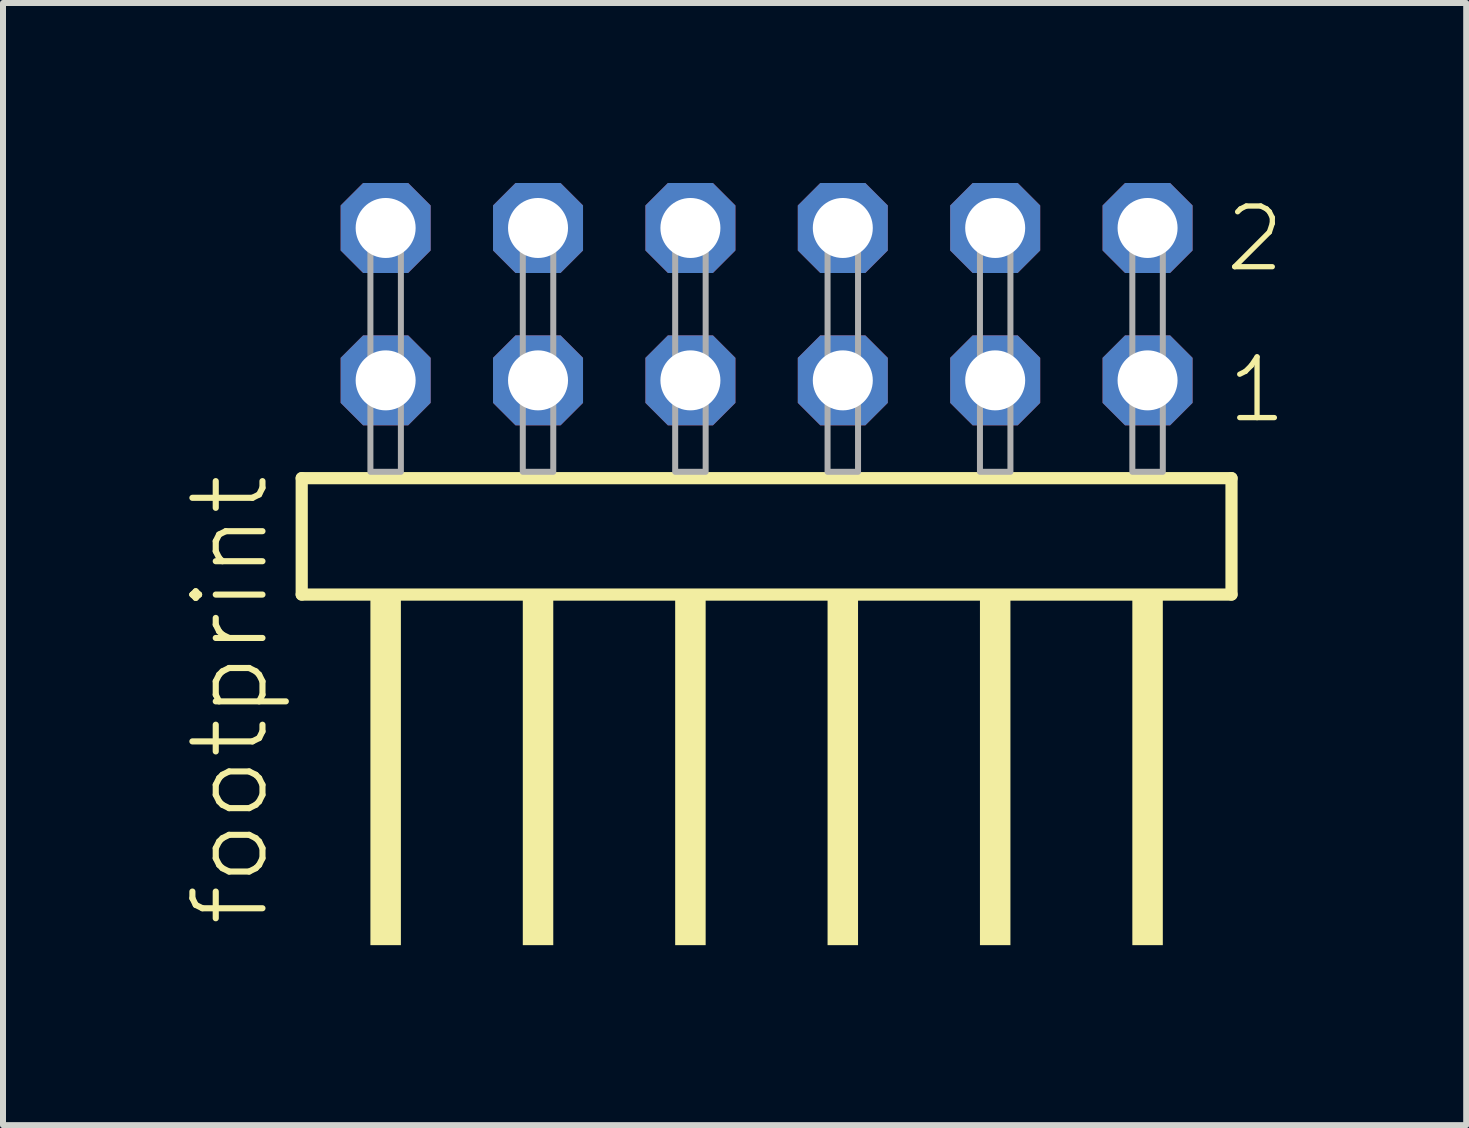
<source format=kicad_pcb>
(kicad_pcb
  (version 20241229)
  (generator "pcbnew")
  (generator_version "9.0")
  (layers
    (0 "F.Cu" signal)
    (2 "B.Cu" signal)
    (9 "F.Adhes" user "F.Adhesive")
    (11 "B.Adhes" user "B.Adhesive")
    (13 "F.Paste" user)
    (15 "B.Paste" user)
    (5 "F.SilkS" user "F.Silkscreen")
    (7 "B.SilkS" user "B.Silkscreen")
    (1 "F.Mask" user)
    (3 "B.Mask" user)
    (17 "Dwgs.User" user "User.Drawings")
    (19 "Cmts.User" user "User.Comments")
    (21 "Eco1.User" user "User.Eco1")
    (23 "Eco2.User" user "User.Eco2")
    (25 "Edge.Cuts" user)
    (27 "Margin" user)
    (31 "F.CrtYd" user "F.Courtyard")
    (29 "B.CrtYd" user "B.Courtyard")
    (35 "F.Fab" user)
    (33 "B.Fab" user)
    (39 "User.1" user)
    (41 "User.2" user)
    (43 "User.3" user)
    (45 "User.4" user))
  (footprint "footprint"
    (layer "F.Cu")
    (at 9.728 4.814)
    (property "Reference" "footprint" (at -8.255 7.62 90) (layer "F.SilkS") (effects (font (size 1.168 1.168) (thickness 0.102)) (justify left bottom)))
    (fp_line (start -7.749 0.106) (end -7.749 2.046) (stroke (width 0.203) (type solid)) (layer "F.SilkS"))
    (fp_line (start -7.749 2.046) (end 7.749 2.046) (stroke (width 0.203) (type solid)) (layer "F.SilkS"))
    (fp_line (start 7.749 0.106) (end -7.749 0.106) (stroke (width 0.203) (type solid)) (layer "F.SilkS"))
    (fp_line (start 7.749 2.046) (end 7.749 0.106) (stroke (width 0.203) (type solid)) (layer "F.SilkS"))
    (fp_poly (pts (xy -6.604 7.89) (xy -6.096 7.89) (xy -6.096 2.04) (xy -6.604 2.04)) (stroke (width 0) (type solid)) (fill yes) (layer "F.SilkS"))
    (fp_poly (pts (xy -4.064 7.89) (xy -3.556 7.89) (xy -3.556 2.04) (xy -4.064 2.04)) (stroke (width 0) (type solid)) (fill yes) (layer "F.SilkS"))
    (fp_poly (pts (xy -1.524 7.89) (xy -1.016 7.89) (xy -1.016 2.04) (xy -1.524 2.04)) (stroke (width 0) (type solid)) (fill yes) (layer "F.SilkS"))
    (fp_poly (pts (xy 1.016 7.89) (xy 1.524 7.89) (xy 1.524 2.04) (xy 1.016 2.04)) (stroke (width 0) (type solid)) (fill yes) (layer "F.SilkS"))
    (fp_poly (pts (xy 3.556 7.89) (xy 4.064 7.89) (xy 4.064 2.04) (xy 3.556 2.04)) (stroke (width 0) (type solid)) (fill yes) (layer "F.SilkS"))
    (fp_poly (pts (xy 6.096 7.89) (xy 6.604 7.89) (xy 6.604 2.04) (xy 6.096 2.04)) (stroke (width 0) (type solid)) (fill yes) (layer "F.SilkS"))
    (fp_poly (pts (xy -6.604 0) (xy -6.096 0) (xy -6.096 -4.318) (xy -6.604 -4.318)) (stroke (width 0.1) (type solid)) (fill no) (layer "F.Fab"))
    (fp_poly (pts (xy -4.064 0) (xy -3.556 0) (xy -3.556 -4.318) (xy -4.064 -4.318)) (stroke (width 0.1) (type solid)) (fill no) (layer "F.Fab"))
    (fp_poly (pts (xy -1.524 0) (xy -1.016 0) (xy -1.016 -4.318) (xy -1.524 -4.318)) (stroke (width 0.1) (type solid)) (fill no) (layer "F.Fab"))
    (fp_poly (pts (xy 1.016 0) (xy 1.524 0) (xy 1.524 -4.318) (xy 1.016 -4.318)) (stroke (width 0.1) (type solid)) (fill no) (layer "F.Fab"))
    (fp_poly (pts (xy 3.556 0) (xy 4.064 0) (xy 4.064 -4.318) (xy 3.556 -4.318)) (stroke (width 0.1) (type solid)) (fill no) (layer "F.Fab"))
    (fp_poly (pts (xy 6.096 0) (xy 6.604 0) (xy 6.604 -4.318) (xy 6.096 -4.318)) (stroke (width 0.1) (type solid)) (fill no) (layer "F.Fab"))
    (fp_text user "1" (at 7.635 -0.775 0) (layer "F.SilkS") (effects (font (size 1.012 1.012) (thickness 0.088)) (justify left bottom)))
    (fp_text user "2" (at 7.6 -3.29 0) (layer "F.SilkS") (effects (font (size 1.012 1.012) (thickness 0.088)) (justify left bottom)))
    (pad "1" thru_hole roundrect (at 6.35 -1.524 180) (size 1.5 1.5) (drill 1) (layers "*.Cu" "*.Mask") (roundrect_rratio 0.25) (chamfer_ratio 0.25) (chamfer top_left top_right bottom_left bottom_right))
    (pad "2" thru_hole roundrect (at 6.35 -4.064 180) (size 1.5 1.5) (drill 1) (layers "*.Cu" "*.Mask") (roundrect_rratio 0.25) (chamfer_ratio 0.25) (chamfer top_left top_right bottom_left bottom_right))
    (pad "3" thru_hole roundrect (at 3.81 -1.524 180) (size 1.5 1.5) (drill 1) (layers "*.Cu" "*.Mask") (roundrect_rratio 0.25) (chamfer_ratio 0.25) (chamfer top_left top_right bottom_left bottom_right))
    (pad "4" thru_hole roundrect (at 3.81 -4.064 180) (size 1.5 1.5) (drill 1) (layers "*.Cu" "*.Mask") (roundrect_rratio 0.25) (chamfer_ratio 0.25) (chamfer top_left top_right bottom_left bottom_right))
    (pad "5" thru_hole roundrect (at 1.27 -1.524 180) (size 1.5 1.5) (drill 1) (layers "*.Cu" "*.Mask") (roundrect_rratio 0.25) (chamfer_ratio 0.25) (chamfer top_left top_right bottom_left bottom_right))
    (pad "6" thru_hole roundrect (at 1.27 -4.064 180) (size 1.5 1.5) (drill 1) (layers "*.Cu" "*.Mask") (roundrect_rratio 0.25) (chamfer_ratio 0.25) (chamfer top_left top_right bottom_left bottom_right))
    (pad "7" thru_hole roundrect (at -1.27 -1.524 180) (size 1.5 1.5) (drill 1) (layers "*.Cu" "*.Mask") (roundrect_rratio 0.25) (chamfer_ratio 0.25) (chamfer top_left top_right bottom_left bottom_right))
    (pad "8" thru_hole roundrect (at -1.27 -4.064 180) (size 1.5 1.5) (drill 1) (layers "*.Cu" "*.Mask") (roundrect_rratio 0.25) (chamfer_ratio 0.25) (chamfer top_left top_right bottom_left bottom_right))
    (pad "9" thru_hole roundrect (at -3.81 -1.524 180) (size 1.5 1.5) (drill 1) (layers "*.Cu" "*.Mask") (roundrect_rratio 0.25) (chamfer_ratio 0.25) (chamfer top_left top_right bottom_left bottom_right))
    (pad "10" thru_hole roundrect (at -3.81 -4.064 180) (size 1.5 1.5) (drill 1) (layers "*.Cu" "*.Mask") (roundrect_rratio 0.25) (chamfer_ratio 0.25) (chamfer top_left top_right bottom_left bottom_right))
    (pad "11" thru_hole roundrect (at -6.35 -1.524 180) (size 1.5 1.5) (drill 1) (layers "*.Cu" "*.Mask") (roundrect_rratio 0.25) (chamfer_ratio 0.25) (chamfer top_left top_right bottom_left bottom_right))
    (pad "12" thru_hole roundrect (at -6.35 -4.064 180) (size 1.5 1.5) (drill 1) (layers "*.Cu" "*.Mask") (roundrect_rratio 0.25) (chamfer_ratio 0.25) (chamfer top_left top_right bottom_left bottom_right)))
  (gr_rect
    (start -3 -3)
    (end 21.389 15.704)
    (stroke (width 0.1) (type default))
    (fill no)
    (layer "Edge.Cuts")))
</source>
